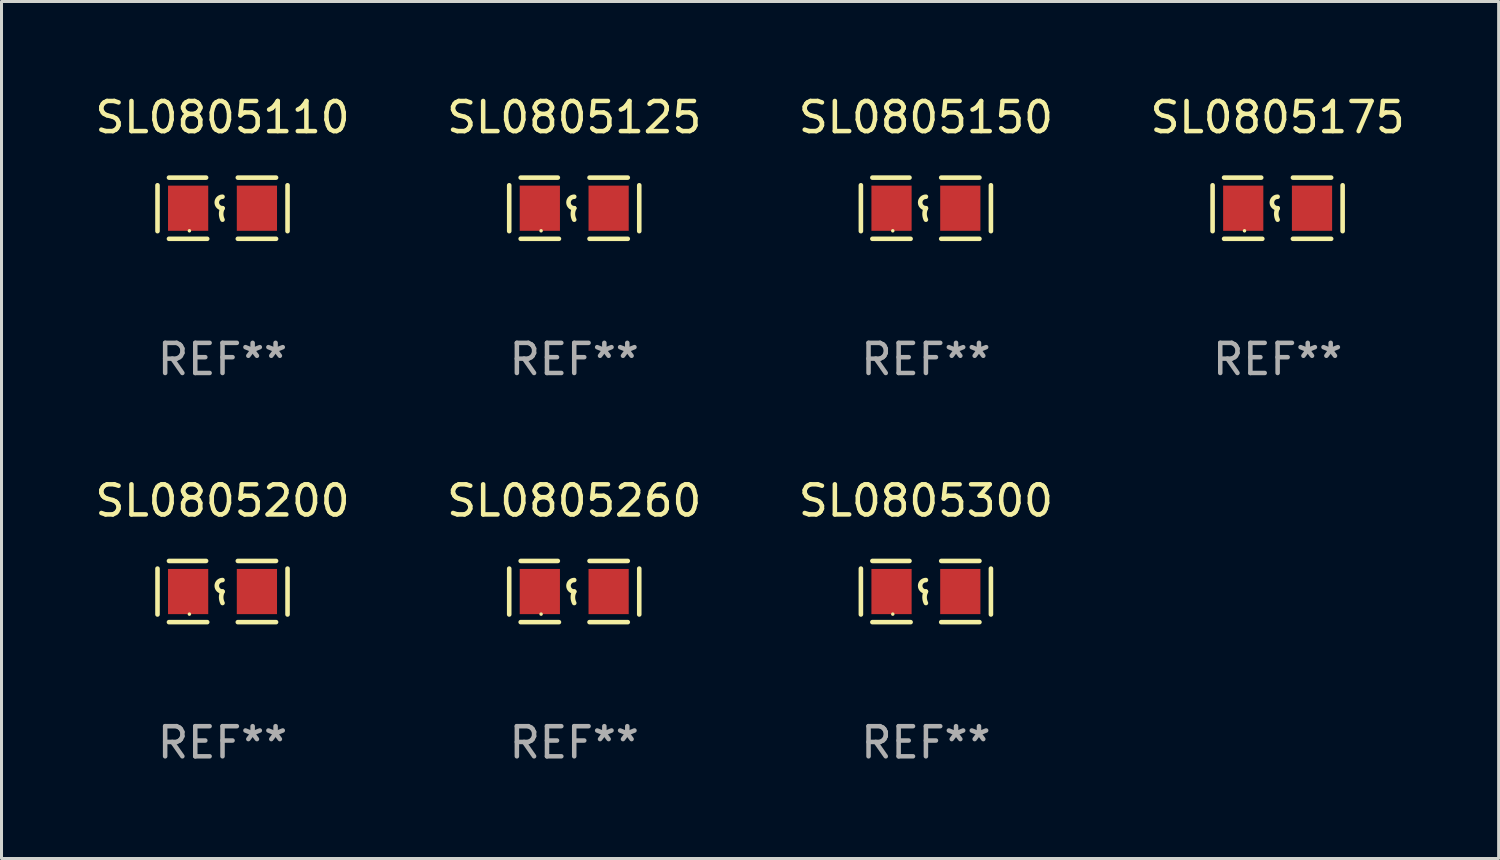
<source format=kicad_pcb>
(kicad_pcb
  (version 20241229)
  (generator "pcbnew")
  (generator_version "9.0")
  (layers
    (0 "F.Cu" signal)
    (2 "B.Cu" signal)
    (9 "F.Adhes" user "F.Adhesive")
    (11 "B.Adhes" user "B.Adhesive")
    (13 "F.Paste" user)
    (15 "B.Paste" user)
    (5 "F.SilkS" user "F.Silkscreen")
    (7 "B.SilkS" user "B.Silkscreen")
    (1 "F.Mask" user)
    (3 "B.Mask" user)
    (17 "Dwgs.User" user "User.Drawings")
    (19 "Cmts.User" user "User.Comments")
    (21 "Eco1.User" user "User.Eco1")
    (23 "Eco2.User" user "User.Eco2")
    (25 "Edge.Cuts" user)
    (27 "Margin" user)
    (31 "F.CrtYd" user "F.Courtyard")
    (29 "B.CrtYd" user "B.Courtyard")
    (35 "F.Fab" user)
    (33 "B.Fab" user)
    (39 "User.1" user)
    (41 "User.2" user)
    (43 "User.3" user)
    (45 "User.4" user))
  (footprint "SL0805175"
    (layer "F.Cu")
    (at 39.375 3.864)
    (property "Reference" "SL0805175" (at 0 -3.016 0) (layer "F.SilkS") (effects (font (size 1 1) (thickness 0.15))))
    (attr through_hole)
    (fp_line (start -2.159 -0.762) (end -2.159 0.762) (stroke (width 0.152) (type solid)) (layer "F.SilkS"))
    (fp_line (start -1.778 -1.016) (end -0.545 -1.016) (stroke (width 0.152) (type solid)) (layer "F.SilkS"))
    (fp_line (start -0.508 1.016) (end -1.778 1.016) (stroke (width 0.152) (type solid)) (layer "F.SilkS"))
    (fp_line (start 0.508 1.016) (end 1.778 1.016) (stroke (width 0.152) (type solid)) (layer "F.SilkS"))
    (fp_line (start 1.778 -1.016) (end 0.508 -1.016) (stroke (width 0.152) (type solid)) (layer "F.SilkS"))
    (fp_line (start 2.159 -0.762) (end 2.159 0.762) (stroke (width 0.152) (type solid)) (layer "F.SilkS"))
    (fp_arc (start 0 0) (mid -0.1905 -0.1905) (end 0 -0.381) (stroke (width 0.151994) (type solid)) (layer "F.SilkS"))
    (fp_arc (start 0 0.381001) (mid -0.044971 0.1905) (end 0 0) (stroke (width 0.151994) (type solid)) (layer "F.SilkS"))
    (fp_circle (center -1.1 0.75) (end -1.07 0.75) (stroke (width 0.06) (type solid)) (fill no) (layer "F.SilkS"))
    (fp_text user "REF**" (at 0 5.016 0) (layer "F.Fab") (effects (font (size 1 1) (thickness 0.15))))
    (pad "1" smd rect (at -1.142 0) (size 1.335 1.5) (layers "F.Cu" "F.Mask" "F.Paste"))
    (pad "2" smd rect (at 1.142 0) (size 1.335 1.5) (layers "F.Cu" "F.Mask" "F.Paste")))
  (footprint "SL0805200"
    (layer "F.Cu")
    (at 4.339 16.593)
    (property "Reference" "SL0805200" (at 0 -3.016 0) (layer "F.SilkS") (effects (font (size 1 1) (thickness 0.15))))
    (attr through_hole)
    (fp_line (start -2.159 -0.762) (end -2.159 0.762) (stroke (width 0.152) (type solid)) (layer "F.SilkS"))
    (fp_line (start -1.778 -1.016) (end -0.545 -1.016) (stroke (width 0.152) (type solid)) (layer "F.SilkS"))
    (fp_line (start -0.508 1.016) (end -1.778 1.016) (stroke (width 0.152) (type solid)) (layer "F.SilkS"))
    (fp_line (start 0.508 1.016) (end 1.778 1.016) (stroke (width 0.152) (type solid)) (layer "F.SilkS"))
    (fp_line (start 1.778 -1.016) (end 0.508 -1.016) (stroke (width 0.152) (type solid)) (layer "F.SilkS"))
    (fp_line (start 2.159 -0.762) (end 2.159 0.762) (stroke (width 0.152) (type solid)) (layer "F.SilkS"))
    (fp_arc (start 0 0) (mid -0.1905 -0.1905) (end 0 -0.381) (stroke (width 0.151994) (type solid)) (layer "F.SilkS"))
    (fp_arc (start 0 0.381001) (mid -0.044971 0.1905) (end 0 0) (stroke (width 0.151994) (type solid)) (layer "F.SilkS"))
    (fp_circle (center -1.1 0.75) (end -1.07 0.75) (stroke (width 0.06) (type solid)) (fill no) (layer "F.SilkS"))
    (fp_text user "REF**" (at 0 5.016 0) (layer "F.Fab") (effects (font (size 1 1) (thickness 0.15))))
    (pad "1" smd rect (at -1.142 0) (size 1.335 1.5) (layers "F.Cu" "F.Mask" "F.Paste"))
    (pad "2" smd rect (at 1.142 0) (size 1.335 1.5) (layers "F.Cu" "F.Mask" "F.Paste")))
  (footprint "SL0805150"
    (layer "F.Cu")
    (at 27.696 3.864)
    (property "Reference" "SL0805150" (at 0 -3.016 0) (layer "F.SilkS") (effects (font (size 1 1) (thickness 0.15))))
    (attr through_hole)
    (fp_line (start -2.159 -0.762) (end -2.159 0.762) (stroke (width 0.152) (type solid)) (layer "F.SilkS"))
    (fp_line (start -1.778 -1.016) (end -0.545 -1.016) (stroke (width 0.152) (type solid)) (layer "F.SilkS"))
    (fp_line (start -0.508 1.016) (end -1.778 1.016) (stroke (width 0.152) (type solid)) (layer "F.SilkS"))
    (fp_line (start 0.508 1.016) (end 1.778 1.016) (stroke (width 0.152) (type solid)) (layer "F.SilkS"))
    (fp_line (start 1.778 -1.016) (end 0.508 -1.016) (stroke (width 0.152) (type solid)) (layer "F.SilkS"))
    (fp_line (start 2.159 -0.762) (end 2.159 0.762) (stroke (width 0.152) (type solid)) (layer "F.SilkS"))
    (fp_arc (start 0 0) (mid -0.1905 -0.1905) (end 0 -0.381) (stroke (width 0.151994) (type solid)) (layer "F.SilkS"))
    (fp_arc (start 0 0.381001) (mid -0.044971 0.1905) (end 0 0) (stroke (width 0.151994) (type solid)) (layer "F.SilkS"))
    (fp_circle (center -1.1 0.75) (end -1.07 0.75) (stroke (width 0.06) (type solid)) (fill no) (layer "F.SilkS"))
    (fp_text user "REF**" (at 0 5.016 0) (layer "F.Fab") (effects (font (size 1 1) (thickness 0.15))))
    (pad "1" smd rect (at -1.142 0) (size 1.335 1.5) (layers "F.Cu" "F.Mask" "F.Paste"))
    (pad "2" smd rect (at 1.142 0) (size 1.335 1.5) (layers "F.Cu" "F.Mask" "F.Paste")))
  (footprint "SL0805300"
    (layer "F.Cu")
    (at 27.696 16.593)
    (property "Reference" "SL0805300" (at 0 -3.016 0) (layer "F.SilkS") (effects (font (size 1 1) (thickness 0.15))))
    (attr through_hole)
    (fp_line (start -2.159 -0.762) (end -2.159 0.762) (stroke (width 0.152) (type solid)) (layer "F.SilkS"))
    (fp_line (start -1.778 -1.016) (end -0.545 -1.016) (stroke (width 0.152) (type solid)) (layer "F.SilkS"))
    (fp_line (start -0.508 1.016) (end -1.778 1.016) (stroke (width 0.152) (type solid)) (layer "F.SilkS"))
    (fp_line (start 0.508 1.016) (end 1.778 1.016) (stroke (width 0.152) (type solid)) (layer "F.SilkS"))
    (fp_line (start 1.778 -1.016) (end 0.508 -1.016) (stroke (width 0.152) (type solid)) (layer "F.SilkS"))
    (fp_line (start 2.159 -0.762) (end 2.159 0.762) (stroke (width 0.152) (type solid)) (layer "F.SilkS"))
    (fp_arc (start 0 0) (mid -0.1905 -0.1905) (end 0 -0.381) (stroke (width 0.151994) (type solid)) (layer "F.SilkS"))
    (fp_arc (start 0 0.381001) (mid -0.044971 0.1905) (end 0 0) (stroke (width 0.151994) (type solid)) (layer "F.SilkS"))
    (fp_circle (center -1.1 0.75) (end -1.07 0.75) (stroke (width 0.06) (type solid)) (fill no) (layer "F.SilkS"))
    (fp_text user "REF**" (at 0 5.016 0) (layer "F.Fab") (effects (font (size 1 1) (thickness 0.15))))
    (pad "1" smd rect (at -1.142 0) (size 1.335 1.5) (layers "F.Cu" "F.Mask" "F.Paste"))
    (pad "2" smd rect (at 1.142 0) (size 1.335 1.5) (layers "F.Cu" "F.Mask" "F.Paste")))
  (footprint "SL0805125"
    (layer "F.Cu")
    (at 16.018 3.864)
    (property "Reference" "SL0805125" (at 0 -3.016 0) (layer "F.SilkS") (effects (font (size 1 1) (thickness 0.15))))
    (attr through_hole)
    (fp_line (start -2.159 -0.762) (end -2.159 0.762) (stroke (width 0.152) (type solid)) (layer "F.SilkS"))
    (fp_line (start -1.778 -1.016) (end -0.545 -1.016) (stroke (width 0.152) (type solid)) (layer "F.SilkS"))
    (fp_line (start -0.508 1.016) (end -1.778 1.016) (stroke (width 0.152) (type solid)) (layer "F.SilkS"))
    (fp_line (start 0.508 1.016) (end 1.778 1.016) (stroke (width 0.152) (type solid)) (layer "F.SilkS"))
    (fp_line (start 1.778 -1.016) (end 0.508 -1.016) (stroke (width 0.152) (type solid)) (layer "F.SilkS"))
    (fp_line (start 2.159 -0.762) (end 2.159 0.762) (stroke (width 0.152) (type solid)) (layer "F.SilkS"))
    (fp_arc (start 0 0) (mid -0.1905 -0.1905) (end 0 -0.381) (stroke (width 0.151994) (type solid)) (layer "F.SilkS"))
    (fp_arc (start 0 0.381001) (mid -0.044971 0.1905) (end 0 0) (stroke (width 0.151994) (type solid)) (layer "F.SilkS"))
    (fp_circle (center -1.1 0.75) (end -1.07 0.75) (stroke (width 0.06) (type solid)) (fill no) (layer "F.SilkS"))
    (fp_text user "REF**" (at 0 5.016 0) (layer "F.Fab") (effects (font (size 1 1) (thickness 0.15))))
    (pad "1" smd rect (at -1.142 0) (size 1.335 1.5) (layers "F.Cu" "F.Mask" "F.Paste"))
    (pad "2" smd rect (at 1.142 0) (size 1.335 1.5) (layers "F.Cu" "F.Mask" "F.Paste")))
  (footprint "SL0805260"
    (layer "F.Cu")
    (at 16.018 16.593)
    (property "Reference" "SL0805260" (at 0 -3.016 0) (layer "F.SilkS") (effects (font (size 1 1) (thickness 0.15))))
    (attr through_hole)
    (fp_line (start -2.159 -0.762) (end -2.159 0.762) (stroke (width 0.152) (type solid)) (layer "F.SilkS"))
    (fp_line (start -1.778 -1.016) (end -0.545 -1.016) (stroke (width 0.152) (type solid)) (layer "F.SilkS"))
    (fp_line (start -0.508 1.016) (end -1.778 1.016) (stroke (width 0.152) (type solid)) (layer "F.SilkS"))
    (fp_line (start 0.508 1.016) (end 1.778 1.016) (stroke (width 0.152) (type solid)) (layer "F.SilkS"))
    (fp_line (start 1.778 -1.016) (end 0.508 -1.016) (stroke (width 0.152) (type solid)) (layer "F.SilkS"))
    (fp_line (start 2.159 -0.762) (end 2.159 0.762) (stroke (width 0.152) (type solid)) (layer "F.SilkS"))
    (fp_arc (start 0 0) (mid -0.1905 -0.1905) (end 0 -0.381) (stroke (width 0.151994) (type solid)) (layer "F.SilkS"))
    (fp_arc (start 0 0.381001) (mid -0.044971 0.1905) (end 0 0) (stroke (width 0.151994) (type solid)) (layer "F.SilkS"))
    (fp_circle (center -1.1 0.75) (end -1.07 0.75) (stroke (width 0.06) (type solid)) (fill no) (layer "F.SilkS"))
    (fp_text user "REF**" (at 0 5.016 0) (layer "F.Fab") (effects (font (size 1 1) (thickness 0.15))))
    (pad "1" smd rect (at -1.142 0) (size 1.335 1.5) (layers "F.Cu" "F.Mask" "F.Paste"))
    (pad "2" smd rect (at 1.142 0) (size 1.335 1.5) (layers "F.Cu" "F.Mask" "F.Paste")))
  (footprint "SL0805110"
    (layer "F.Cu")
    (at 4.339 3.864)
    (property "Reference" "SL0805110" (at 0 -3.016 0) (layer "F.SilkS") (effects (font (size 1 1) (thickness 0.15))))
    (attr through_hole)
    (fp_line (start -2.159 -0.762) (end -2.159 0.762) (stroke (width 0.152) (type solid)) (layer "F.SilkS"))
    (fp_line (start -1.778 -1.016) (end -0.545 -1.016) (stroke (width 0.152) (type solid)) (layer "F.SilkS"))
    (fp_line (start -0.508 1.016) (end -1.778 1.016) (stroke (width 0.152) (type solid)) (layer "F.SilkS"))
    (fp_line (start 0.508 1.016) (end 1.778 1.016) (stroke (width 0.152) (type solid)) (layer "F.SilkS"))
    (fp_line (start 1.778 -1.016) (end 0.508 -1.016) (stroke (width 0.152) (type solid)) (layer "F.SilkS"))
    (fp_line (start 2.159 -0.762) (end 2.159 0.762) (stroke (width 0.152) (type solid)) (layer "F.SilkS"))
    (fp_arc (start 0 0) (mid -0.1905 -0.1905) (end 0 -0.381) (stroke (width 0.151994) (type solid)) (layer "F.SilkS"))
    (fp_arc (start 0 0.381001) (mid -0.044971 0.1905) (end 0 0) (stroke (width 0.151994) (type solid)) (layer "F.SilkS"))
    (fp_circle (center -1.1 0.75) (end -1.07 0.75) (stroke (width 0.06) (type solid)) (fill no) (layer "F.SilkS"))
    (fp_text user "REF**" (at 0 5.016 0) (layer "F.Fab") (effects (font (size 1 1) (thickness 0.15))))
    (pad "1" smd rect (at -1.142 0) (size 1.335 1.5) (layers "F.Cu" "F.Mask" "F.Paste"))
    (pad "2" smd rect (at 1.142 0) (size 1.335 1.5) (layers "F.Cu" "F.Mask" "F.Paste")))
  (gr_rect
    (start -3 -3)
    (end 46.714 25.457)
    (stroke (width 0.1) (type default))
    (fill no)
    (layer "Edge.Cuts")))
</source>
